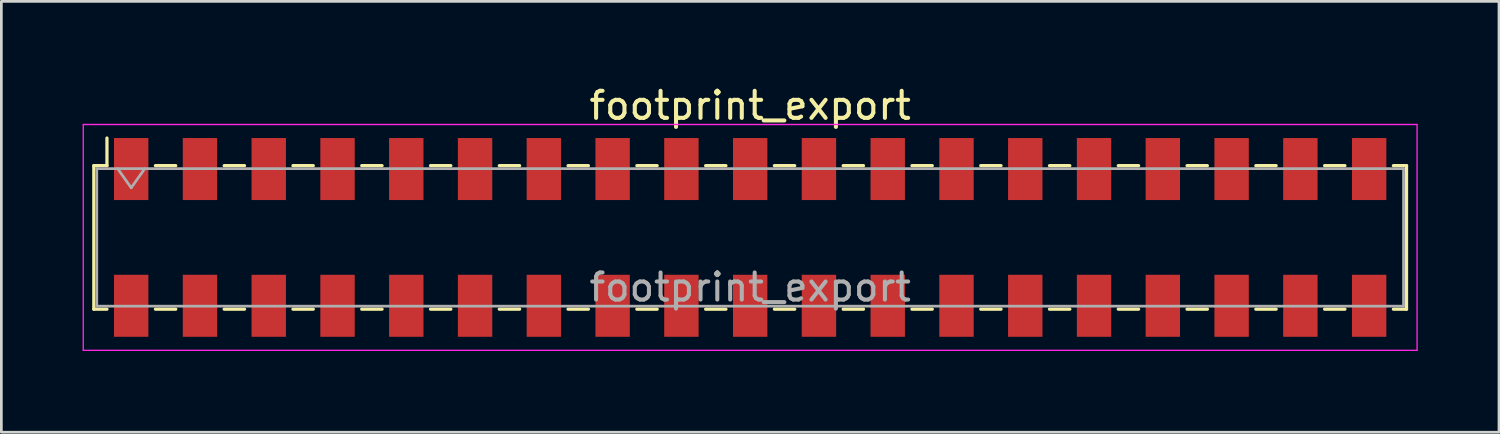
<source format=kicad_pcb>
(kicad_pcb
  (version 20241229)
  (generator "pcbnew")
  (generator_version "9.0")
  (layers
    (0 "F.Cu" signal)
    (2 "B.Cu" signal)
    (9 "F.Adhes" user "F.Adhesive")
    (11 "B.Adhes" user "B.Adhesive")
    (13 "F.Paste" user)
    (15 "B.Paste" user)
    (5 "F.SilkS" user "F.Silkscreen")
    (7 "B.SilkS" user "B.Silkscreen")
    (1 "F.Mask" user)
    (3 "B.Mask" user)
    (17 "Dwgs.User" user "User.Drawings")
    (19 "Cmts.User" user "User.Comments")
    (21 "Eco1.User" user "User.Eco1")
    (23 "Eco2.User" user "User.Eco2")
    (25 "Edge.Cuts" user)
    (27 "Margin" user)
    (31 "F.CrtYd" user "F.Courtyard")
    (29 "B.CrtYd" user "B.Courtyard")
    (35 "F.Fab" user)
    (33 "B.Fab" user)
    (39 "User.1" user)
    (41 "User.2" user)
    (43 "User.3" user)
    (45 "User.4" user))
  (footprint "footprint_export"
    (layer "F.Cu")
    (at 24.655 5.718)
    (property "Reference" "footprint_export" (at 0 -4.87 0) (layer "F.SilkS") (effects (font (size 1 1) (thickness 0.15))))
    (attr smd)
    (fp_line (start -24.24 -2.65) (end -24.24 2.65) (stroke (width 0.12) (type solid)) (layer "F.SilkS"))
    (fp_line (start -24.24 2.65) (end -23.755 2.65) (stroke (width 0.12) (type solid)) (layer "F.SilkS"))
    (fp_line (start -23.755 -3.67) (end -23.755 -2.65) (stroke (width 0.12) (type solid)) (layer "F.SilkS"))
    (fp_line (start -23.755 -2.65) (end -24.24 -2.65) (stroke (width 0.12) (type solid)) (layer "F.SilkS"))
    (fp_line (start -21.965 -2.65) (end -21.215 -2.65) (stroke (width 0.12) (type solid)) (layer "F.SilkS"))
    (fp_line (start -21.965 2.65) (end -21.215 2.65) (stroke (width 0.12) (type solid)) (layer "F.SilkS"))
    (fp_line (start -19.425 -2.65) (end -18.675 -2.65) (stroke (width 0.12) (type solid)) (layer "F.SilkS"))
    (fp_line (start -19.425 2.65) (end -18.675 2.65) (stroke (width 0.12) (type solid)) (layer "F.SilkS"))
    (fp_line (start -16.885 -2.65) (end -16.135 -2.65) (stroke (width 0.12) (type solid)) (layer "F.SilkS"))
    (fp_line (start -16.885 2.65) (end -16.135 2.65) (stroke (width 0.12) (type solid)) (layer "F.SilkS"))
    (fp_line (start -14.345 -2.65) (end -13.595 -2.65) (stroke (width 0.12) (type solid)) (layer "F.SilkS"))
    (fp_line (start -14.345 2.65) (end -13.595 2.65) (stroke (width 0.12) (type solid)) (layer "F.SilkS"))
    (fp_line (start -11.805 -2.65) (end -11.055 -2.65) (stroke (width 0.12) (type solid)) (layer "F.SilkS"))
    (fp_line (start -11.805 2.65) (end -11.055 2.65) (stroke (width 0.12) (type solid)) (layer "F.SilkS"))
    (fp_line (start -9.265 -2.65) (end -8.515 -2.65) (stroke (width 0.12) (type solid)) (layer "F.SilkS"))
    (fp_line (start -9.265 2.65) (end -8.515 2.65) (stroke (width 0.12) (type solid)) (layer "F.SilkS"))
    (fp_line (start -6.725 -2.65) (end -5.975 -2.65) (stroke (width 0.12) (type solid)) (layer "F.SilkS"))
    (fp_line (start -6.725 2.65) (end -5.975 2.65) (stroke (width 0.12) (type solid)) (layer "F.SilkS"))
    (fp_line (start -4.185 -2.65) (end -3.435 -2.65) (stroke (width 0.12) (type solid)) (layer "F.SilkS"))
    (fp_line (start -4.185 2.65) (end -3.435 2.65) (stroke (width 0.12) (type solid)) (layer "F.SilkS"))
    (fp_line (start -1.645 -2.65) (end -0.895 -2.65) (stroke (width 0.12) (type solid)) (layer "F.SilkS"))
    (fp_line (start -1.645 2.65) (end -0.895 2.65) (stroke (width 0.12) (type solid)) (layer "F.SilkS"))
    (fp_line (start 0.895 -2.65) (end 1.645 -2.65) (stroke (width 0.12) (type solid)) (layer "F.SilkS"))
    (fp_line (start 0.895 2.65) (end 1.645 2.65) (stroke (width 0.12) (type solid)) (layer "F.SilkS"))
    (fp_line (start 3.435 -2.65) (end 4.185 -2.65) (stroke (width 0.12) (type solid)) (layer "F.SilkS"))
    (fp_line (start 3.435 2.65) (end 4.185 2.65) (stroke (width 0.12) (type solid)) (layer "F.SilkS"))
    (fp_line (start 5.975 -2.65) (end 6.725 -2.65) (stroke (width 0.12) (type solid)) (layer "F.SilkS"))
    (fp_line (start 5.975 2.65) (end 6.725 2.65) (stroke (width 0.12) (type solid)) (layer "F.SilkS"))
    (fp_line (start 8.515 -2.65) (end 9.265 -2.65) (stroke (width 0.12) (type solid)) (layer "F.SilkS"))
    (fp_line (start 8.515 2.65) (end 9.265 2.65) (stroke (width 0.12) (type solid)) (layer "F.SilkS"))
    (fp_line (start 11.055 -2.65) (end 11.805 -2.65) (stroke (width 0.12) (type solid)) (layer "F.SilkS"))
    (fp_line (start 11.055 2.65) (end 11.805 2.65) (stroke (width 0.12) (type solid)) (layer "F.SilkS"))
    (fp_line (start 13.595 -2.65) (end 14.345 -2.65) (stroke (width 0.12) (type solid)) (layer "F.SilkS"))
    (fp_line (start 13.595 2.65) (end 14.345 2.65) (stroke (width 0.12) (type solid)) (layer "F.SilkS"))
    (fp_line (start 16.135 -2.65) (end 16.885 -2.65) (stroke (width 0.12) (type solid)) (layer "F.SilkS"))
    (fp_line (start 16.135 2.65) (end 16.885 2.65) (stroke (width 0.12) (type solid)) (layer "F.SilkS"))
    (fp_line (start 18.675 -2.65) (end 19.425 -2.65) (stroke (width 0.12) (type solid)) (layer "F.SilkS"))
    (fp_line (start 18.675 2.65) (end 19.425 2.65) (stroke (width 0.12) (type solid)) (layer "F.SilkS"))
    (fp_line (start 21.215 -2.65) (end 21.965 -2.65) (stroke (width 0.12) (type solid)) (layer "F.SilkS"))
    (fp_line (start 21.215 2.65) (end 21.965 2.65) (stroke (width 0.12) (type solid)) (layer "F.SilkS"))
    (fp_line (start 23.755 -2.65) (end 24.24 -2.65) (stroke (width 0.12) (type solid)) (layer "F.SilkS"))
    (fp_line (start 24.24 -2.65) (end 24.24 2.65) (stroke (width 0.12) (type solid)) (layer "F.SilkS"))
    (fp_line (start 24.24 2.65) (end 23.755 2.65) (stroke (width 0.12) (type solid)) (layer "F.SilkS"))
    (fp_line (start -24.63 -4.17) (end 24.63 -4.17) (stroke (width 0.05) (type solid)) (layer "F.CrtYd"))
    (fp_line (start -24.63 4.17) (end -24.63 -4.17) (stroke (width 0.05) (type solid)) (layer "F.CrtYd"))
    (fp_line (start 24.63 -4.17) (end 24.63 4.17) (stroke (width 0.05) (type solid)) (layer "F.CrtYd"))
    (fp_line (start 24.63 4.17) (end -24.63 4.17) (stroke (width 0.05) (type solid)) (layer "F.CrtYd"))
    (fp_line (start -24.13 -2.54) (end 24.13 -2.54) (stroke (width 0.1) (type solid)) (layer "F.Fab"))
    (fp_line (start -24.13 2.54) (end -24.13 -2.54) (stroke (width 0.1) (type solid)) (layer "F.Fab"))
    (fp_line (start -23.36 -2.54) (end -22.86 -1.833) (stroke (width 0.1) (type solid)) (layer "F.Fab"))
    (fp_line (start -22.86 -1.833) (end -22.36 -2.54) (stroke (width 0.1) (type solid)) (layer "F.Fab"))
    (fp_line (start 24.13 -2.54) (end 24.13 2.54) (stroke (width 0.1) (type solid)) (layer "F.Fab"))
    (fp_line (start 24.13 2.54) (end -24.13 2.54) (stroke (width 0.1) (type solid)) (layer "F.Fab"))
    (fp_text user "${REFERENCE}" (at 0 1.84 0) (layer "F.Fab") (effects (font (size 1 1) (thickness 0.15))))
    (pad "1" smd rect (at -22.86 -2.525) (size 1.27 2.29) (layers "F.Cu" "F.Mask" "F.Paste"))
    (pad "2" smd rect (at -22.86 2.525) (size 1.27 2.29) (layers "F.Cu" "F.Mask" "F.Paste"))
    (pad "3" smd rect (at -20.32 -2.525) (size 1.27 2.29) (layers "F.Cu" "F.Mask" "F.Paste"))
    (pad "4" smd rect (at -20.32 2.525) (size 1.27 2.29) (layers "F.Cu" "F.Mask" "F.Paste"))
    (pad "5" smd rect (at -17.78 -2.525) (size 1.27 2.29) (layers "F.Cu" "F.Mask" "F.Paste"))
    (pad "6" smd rect (at -17.78 2.525) (size 1.27 2.29) (layers "F.Cu" "F.Mask" "F.Paste"))
    (pad "7" smd rect (at -15.24 -2.525) (size 1.27 2.29) (layers "F.Cu" "F.Mask" "F.Paste"))
    (pad "8" smd rect (at -15.24 2.525) (size 1.27 2.29) (layers "F.Cu" "F.Mask" "F.Paste"))
    (pad "9" smd rect (at -12.7 -2.525) (size 1.27 2.29) (layers "F.Cu" "F.Mask" "F.Paste"))
    (pad "10" smd rect (at -12.7 2.525) (size 1.27 2.29) (layers "F.Cu" "F.Mask" "F.Paste"))
    (pad "11" smd rect (at -10.16 -2.525) (size 1.27 2.29) (layers "F.Cu" "F.Mask" "F.Paste"))
    (pad "12" smd rect (at -10.16 2.525) (size 1.27 2.29) (layers "F.Cu" "F.Mask" "F.Paste"))
    (pad "13" smd rect (at -7.62 -2.525) (size 1.27 2.29) (layers "F.Cu" "F.Mask" "F.Paste"))
    (pad "14" smd rect (at -7.62 2.525) (size 1.27 2.29) (layers "F.Cu" "F.Mask" "F.Paste"))
    (pad "15" smd rect (at -5.08 -2.525) (size 1.27 2.29) (layers "F.Cu" "F.Mask" "F.Paste"))
    (pad "16" smd rect (at -5.08 2.525) (size 1.27 2.29) (layers "F.Cu" "F.Mask" "F.Paste"))
    (pad "17" smd rect (at -2.54 -2.525) (size 1.27 2.29) (layers "F.Cu" "F.Mask" "F.Paste"))
    (pad "18" smd rect (at -2.54 2.525) (size 1.27 2.29) (layers "F.Cu" "F.Mask" "F.Paste"))
    (pad "19" smd rect (at 0 -2.525) (size 1.27 2.29) (layers "F.Cu" "F.Mask" "F.Paste"))
    (pad "20" smd rect (at 0 2.525) (size 1.27 2.29) (layers "F.Cu" "F.Mask" "F.Paste"))
    (pad "21" smd rect (at 2.54 -2.525) (size 1.27 2.29) (layers "F.Cu" "F.Mask" "F.Paste"))
    (pad "22" smd rect (at 2.54 2.525) (size 1.27 2.29) (layers "F.Cu" "F.Mask" "F.Paste"))
    (pad "23" smd rect (at 5.08 -2.525) (size 1.27 2.29) (layers "F.Cu" "F.Mask" "F.Paste"))
    (pad "24" smd rect (at 5.08 2.525) (size 1.27 2.29) (layers "F.Cu" "F.Mask" "F.Paste"))
    (pad "25" smd rect (at 7.62 -2.525) (size 1.27 2.29) (layers "F.Cu" "F.Mask" "F.Paste"))
    (pad "26" smd rect (at 7.62 2.525) (size 1.27 2.29) (layers "F.Cu" "F.Mask" "F.Paste"))
    (pad "27" smd rect (at 10.16 -2.525) (size 1.27 2.29) (layers "F.Cu" "F.Mask" "F.Paste"))
    (pad "28" smd rect (at 10.16 2.525) (size 1.27 2.29) (layers "F.Cu" "F.Mask" "F.Paste"))
    (pad "29" smd rect (at 12.7 -2.525) (size 1.27 2.29) (layers "F.Cu" "F.Mask" "F.Paste"))
    (pad "30" smd rect (at 12.7 2.525) (size 1.27 2.29) (layers "F.Cu" "F.Mask" "F.Paste"))
    (pad "31" smd rect (at 15.24 -2.525) (size 1.27 2.29) (layers "F.Cu" "F.Mask" "F.Paste"))
    (pad "32" smd rect (at 15.24 2.525) (size 1.27 2.29) (layers "F.Cu" "F.Mask" "F.Paste"))
    (pad "33" smd rect (at 17.78 -2.525) (size 1.27 2.29) (layers "F.Cu" "F.Mask" "F.Paste"))
    (pad "34" smd rect (at 17.78 2.525) (size 1.27 2.29) (layers "F.Cu" "F.Mask" "F.Paste"))
    (pad "35" smd rect (at 20.32 -2.525) (size 1.27 2.29) (layers "F.Cu" "F.Mask" "F.Paste"))
    (pad "36" smd rect (at 20.32 2.525) (size 1.27 2.29) (layers "F.Cu" "F.Mask" "F.Paste"))
    (pad "37" smd rect (at 22.86 -2.525) (size 1.27 2.29) (layers "F.Cu" "F.Mask" "F.Paste"))
    (pad "38" smd rect (at 22.86 2.525) (size 1.27 2.29) (layers "F.Cu" "F.Mask" "F.Paste")))
  (gr_rect
    (start -3 -3)
    (end 52.31 12.913)
    (stroke (width 0.1) (type default))
    (fill no)
    (layer "Edge.Cuts")))
</source>
